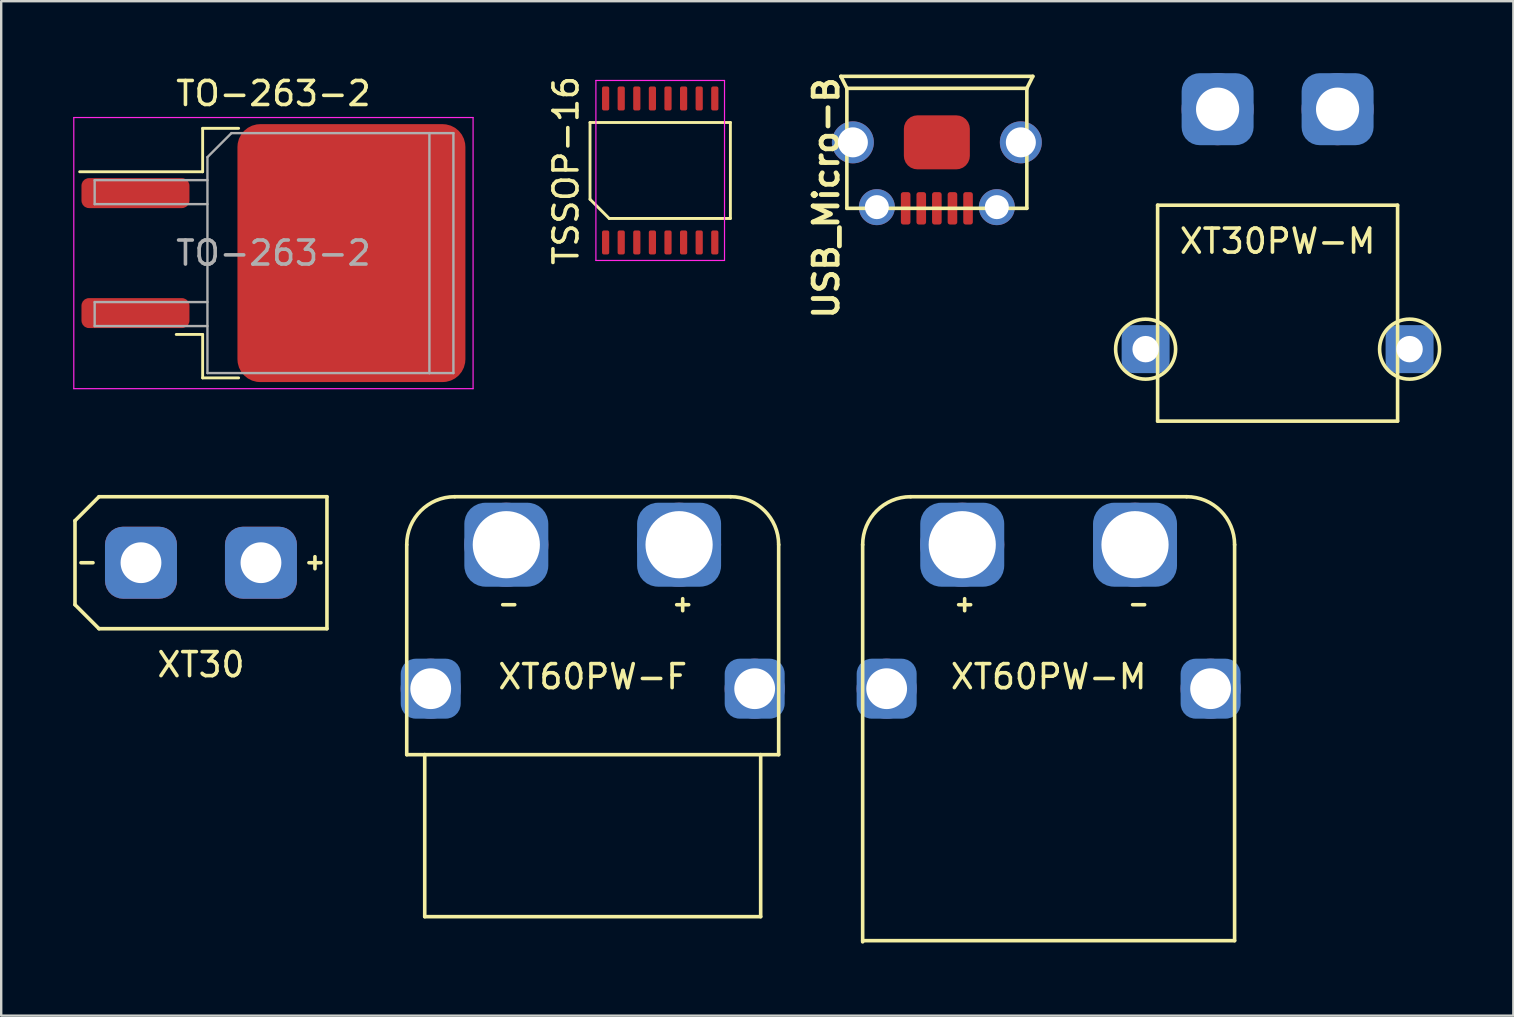
<source format=kicad_pcb>
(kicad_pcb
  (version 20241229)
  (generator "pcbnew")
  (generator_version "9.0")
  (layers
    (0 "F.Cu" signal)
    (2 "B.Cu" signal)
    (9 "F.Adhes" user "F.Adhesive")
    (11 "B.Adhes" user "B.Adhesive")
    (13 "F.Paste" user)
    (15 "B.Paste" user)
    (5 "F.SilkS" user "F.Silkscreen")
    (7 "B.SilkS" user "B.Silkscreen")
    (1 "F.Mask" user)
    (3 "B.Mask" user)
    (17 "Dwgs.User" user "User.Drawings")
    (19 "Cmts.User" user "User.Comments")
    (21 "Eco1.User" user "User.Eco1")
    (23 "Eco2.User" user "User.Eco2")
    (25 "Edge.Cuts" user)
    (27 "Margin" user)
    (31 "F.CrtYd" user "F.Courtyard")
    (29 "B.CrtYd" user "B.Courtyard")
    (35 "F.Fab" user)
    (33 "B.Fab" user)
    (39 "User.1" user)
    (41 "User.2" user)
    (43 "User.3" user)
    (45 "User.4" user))
  (footprint "TSSOP-16"
    (layer "F.Cu")
    (at 24.463 4.054)
    (property "Reference" "TSSOP-16" (at -3.925 0 90) (layer "F.SilkS") (effects (font (size 1 1) (thickness 0.15))))
    (attr smd)
    (fp_line (start -2.925 -2) (end 2.925 -2) (stroke (width 0.12) (type solid)) (layer "F.SilkS"))
    (fp_line (start -2.925 1.2) (end -2.925 -2) (stroke (width 0.12) (type solid)) (layer "F.SilkS"))
    (fp_line (start -2.125 2) (end -2.925 1.2) (stroke (width 0.12) (type solid)) (layer "F.SilkS"))
    (fp_line (start 2.925 -2) (end 2.925 2) (stroke (width 0.12) (type solid)) (layer "F.SilkS"))
    (fp_line (start 2.925 2) (end -2.125 2) (stroke (width 0.12) (type solid)) (layer "F.SilkS"))
    (fp_line (start -2.68 -3.75) (end 2.68 -3.75) (stroke (width 0.05) (type solid)) (layer "F.CrtYd"))
    (fp_line (start -2.68 3.75) (end -2.68 -3.75) (stroke (width 0.05) (type solid)) (layer "F.CrtYd"))
    (fp_line (start 2.68 -3.75) (end 2.68 3.75) (stroke (width 0.05) (type solid)) (layer "F.CrtYd"))
    (fp_line (start 2.68 3.75) (end -2.68 3.75) (stroke (width 0.05) (type solid)) (layer "F.CrtYd"))
    (pad "1" smd roundrect (at -2.275 3) (size 0.3 1) (layers "F.Cu" "F.Mask" "F.Paste") (roundrect_rratio 0.25))
    (pad "2" smd roundrect (at -1.625 3) (size 0.3 1) (layers "F.Cu" "F.Mask" "F.Paste") (roundrect_rratio 0.25))
    (pad "3" smd roundrect (at -0.975 3) (size 0.3 1) (layers "F.Cu" "F.Mask" "F.Paste") (roundrect_rratio 0.25))
    (pad "4" smd roundrect (at -0.325 3) (size 0.3 1) (layers "F.Cu" "F.Mask" "F.Paste") (roundrect_rratio 0.25))
    (pad "5" smd roundrect (at 0.325 3) (size 0.3 1) (layers "F.Cu" "F.Mask" "F.Paste") (roundrect_rratio 0.25))
    (pad "6" smd roundrect (at 0.975 3) (size 0.3 1) (layers "F.Cu" "F.Mask" "F.Paste") (roundrect_rratio 0.25))
    (pad "7" smd roundrect (at 1.625 3) (size 0.3 1) (layers "F.Cu" "F.Mask" "F.Paste") (roundrect_rratio 0.25))
    (pad "8" smd roundrect (at 2.275 3) (size 0.3 1) (layers "F.Cu" "F.Mask" "F.Paste") (roundrect_rratio 0.25))
    (pad "9" smd roundrect (at 2.275 -3) (size 0.3 1) (layers "F.Cu" "F.Mask" "F.Paste") (roundrect_rratio 0.25))
    (pad "10" smd roundrect (at 1.625 -3) (size 0.3 1) (layers "F.Cu" "F.Mask" "F.Paste") (roundrect_rratio 0.25))
    (pad "11" smd roundrect (at 0.975 -3) (size 0.3 1) (layers "F.Cu" "F.Mask" "F.Paste") (roundrect_rratio 0.25))
    (pad "12" smd roundrect (at 0.325 -3) (size 0.3 1) (layers "F.Cu" "F.Mask" "F.Paste") (roundrect_rratio 0.25))
    (pad "13" smd roundrect (at -0.325 -3) (size 0.3 1) (layers "F.Cu" "F.Mask" "F.Paste") (roundrect_rratio 0.25))
    (pad "14" smd roundrect (at -0.975 -3) (size 0.3 1) (layers "F.Cu" "F.Mask" "F.Paste") (roundrect_rratio 0.25))
    (pad "15" smd roundrect (at -1.625 -3) (size 0.3 1) (layers "F.Cu" "F.Mask" "F.Paste") (roundrect_rratio 0.25))
    (pad "16" smd roundrect (at -2.275 -3) (size 0.3 1) (layers "F.Cu" "F.Mask" "F.Paste") (roundrect_rratio 0.25)))
  (footprint "XT60PW-M"
    (layer "F.Cu")
    (at 40.65 19.65)
    (property "Reference" "XT60PW-M" (at 0 5.5 0) (layer "F.SilkS") (effects (font (size 1 1) (thickness 0.15))))
    (attr through_hole)
    (fp_line (start -7.75 0) (end -7.75 16.55) (stroke (width 0.15) (type solid)) (layer "F.SilkS"))
    (fp_line (start -5.75 -2) (end 5.75 -2) (stroke (width 0.15) (type solid)) (layer "F.SilkS"))
    (fp_line (start -3.75 2.5) (end -3.25 2.5) (stroke (width 0.15) (type solid)) (layer "F.SilkS"))
    (fp_line (start -3.5 2.25) (end -3.5 2.75) (stroke (width 0.15) (type solid)) (layer "F.SilkS"))
    (fp_line (start 3.5 2.5) (end 4 2.5) (stroke (width 0.15) (type solid)) (layer "F.SilkS"))
    (fp_line (start 7.75 0) (end 7.75 16.5) (stroke (width 0.15) (type solid)) (layer "F.SilkS"))
    (fp_line (start 7.75 16.5) (end -7.75 16.5) (stroke (width 0.15) (type solid)) (layer "F.SilkS"))
    (fp_arc (start -7.75 0) (mid -7.164214 -1.414214) (end -5.75 -2) (stroke (width 0.15) (type solid)) (layer "F.SilkS"))
    (fp_arc (start 5.75 -2) (mid 7.164214 -1.414214) (end 7.75 0) (stroke (width 0.15) (type solid)) (layer "F.SilkS"))
    (pad "" thru_hole circle (at -6.75 6 180) (size 2.5 2.5) (drill 1.7) (layers "*.Cu" "*.Mask"))
    (pad "" smd roundrect (at -6.75 6 180) (size 2.5 2.5) (layers "B.Cu" "B.Mask") (roundrect_rratio 0.25))
    (pad "" thru_hole circle (at 6.75 6 180) (size 2.5 2.5) (drill 1.7) (layers "*.Cu" "*.Mask"))
    (pad "" smd roundrect (at 6.75 6 180) (size 2.5 2.5) (layers "B.Cu" "B.Mask") (roundrect_rratio 0.25))
    (pad "1" thru_hole circle (at -3.6 0 180) (size 3.5 3.5) (drill 2.8) (layers "*.Cu" "*.Mask"))
    (pad "1" smd roundrect (at -3.6 0 180) (size 3.5 3.5) (layers "B.Cu" "B.Mask") (roundrect_rratio 0.25))
    (pad "2" thru_hole circle (at 3.6 0 180) (size 3.5 3.5) (drill 2.8) (layers "*.Cu" "*.Mask"))
    (pad "2" smd roundrect (at 3.6 0 180) (size 3.5 3.5) (layers "B.Cu" "B.Mask") (roundrect_rratio 0.25)))
  (footprint "XT60PW-F"
    (layer "F.Cu")
    (at 21.65 19.65)
    (property "Reference" "XT60PW-F" (at 0 5.5 0) (layer "F.SilkS") (effects (font (size 1 1) (thickness 0.15))))
    (attr through_hole)
    (fp_line (start -7.75 0) (end -7.75 8.75) (stroke (width 0.15) (type solid)) (layer "F.SilkS"))
    (fp_line (start -7.75 8.75) (end -7 8.75) (stroke (width 0.15) (type solid)) (layer "F.SilkS"))
    (fp_line (start -7 8.75) (end -7 15.5) (stroke (width 0.15) (type solid)) (layer "F.SilkS"))
    (fp_line (start -5.75 -2) (end 5.75 -2) (stroke (width 0.15) (type solid)) (layer "F.SilkS"))
    (fp_line (start -3.75 2.5) (end -3.25 2.5) (stroke (width 0.15) (type solid)) (layer "F.SilkS"))
    (fp_line (start 3.5 2.5) (end 4 2.5) (stroke (width 0.15) (type solid)) (layer "F.SilkS"))
    (fp_line (start 3.75 2.25) (end 3.75 2.75) (stroke (width 0.15) (type solid)) (layer "F.SilkS"))
    (fp_line (start 7 8.75) (end -7 8.75) (stroke (width 0.15) (type solid)) (layer "F.SilkS"))
    (fp_line (start 7 8.75) (end 7 15.5) (stroke (width 0.15) (type solid)) (layer "F.SilkS"))
    (fp_line (start 7 8.75) (end 7.75 8.75) (stroke (width 0.15) (type solid)) (layer "F.SilkS"))
    (fp_line (start 7 15.5) (end -7 15.5) (stroke (width 0.15) (type solid)) (layer "F.SilkS"))
    (fp_line (start 7.75 0) (end 7.75 8.75) (stroke (width 0.15) (type solid)) (layer "F.SilkS"))
    (fp_arc (start -7.75 0) (mid -7.164214 -1.414214) (end -5.75 -2) (stroke (width 0.15) (type solid)) (layer "F.SilkS"))
    (fp_arc (start 5.75 -2) (mid 7.164214 -1.414214) (end 7.75 0) (stroke (width 0.15) (type solid)) (layer "F.SilkS"))
    (pad "" thru_hole circle (at -6.75 6 180) (size 2.5 2.5) (drill 1.7) (layers "*.Cu" "*.Mask"))
    (pad "" smd roundrect (at -6.75 6 180) (size 2.5 2.5) (layers "B.Cu" "B.Mask") (roundrect_rratio 0.25))
    (pad "" thru_hole circle (at 6.75 6 180) (size 2.5 2.5) (drill 1.7) (layers "*.Cu" "*.Mask"))
    (pad "" smd roundrect (at 6.75 6 180) (size 2.5 2.5) (layers "B.Cu" "B.Mask") (roundrect_rratio 0.25))
    (pad "1" thru_hole circle (at -3.6 0 180) (size 3.5 3.5) (drill 2.8) (layers "*.Cu" "*.Mask"))
    (pad "1" smd roundrect (at -3.6 0 180) (size 3.5 3.5) (layers "B.Cu" "B.Mask") (roundrect_rratio 0.25))
    (pad "2" thru_hole circle (at 3.6 0 180) (size 3.5 3.5) (drill 2.8) (layers "*.Cu" "*.Mask"))
    (pad "2" smd roundrect (at 3.6 0 180) (size 3.5 3.5) (layers "B.Cu" "B.Mask") (roundrect_rratio 0.25)))
  (footprint "XT30"
    (layer "F.Cu")
    (at 5.325 20.4)
    (property "Reference" "XT30" (at 0 4.25 0) (layer "F.SilkS") (effects (font (size 1 1) (thickness 0.15))))
    (attr through_hole)
    (fp_line (start -5.25 -1.75) (end -5.25 1.75) (stroke (width 0.15) (type solid)) (layer "F.SilkS"))
    (fp_line (start -5.25 1.75) (end -4.25 2.75) (stroke (width 0.15) (type solid)) (layer "F.SilkS"))
    (fp_line (start -5 0) (end -4.5 0) (stroke (width 0.15) (type solid)) (layer "F.SilkS"))
    (fp_line (start -4.25 -2.75) (end -5.25 -1.75) (stroke (width 0.15) (type solid)) (layer "F.SilkS"))
    (fp_line (start -4.25 2.75) (end 5.25 2.75) (stroke (width 0.15) (type solid)) (layer "F.SilkS"))
    (fp_line (start 4.75 -0.25) (end 4.75 0.25) (stroke (width 0.15) (type solid)) (layer "F.SilkS"))
    (fp_line (start 5 0) (end 4.5 0) (stroke (width 0.15) (type solid)) (layer "F.SilkS"))
    (fp_line (start 5.25 -2.75) (end -4.25 -2.75) (stroke (width 0.15) (type solid)) (layer "F.SilkS"))
    (fp_line (start 5.25 -2.75) (end 5.25 2.75) (stroke (width 0.15) (type solid)) (layer "F.SilkS"))
    (pad "1" thru_hole circle (at -2.5 0) (size 2.5 2.5) (drill 1.7) (layers "*.Cu" "*.Mask"))
    (pad "1" smd roundrect (at -2.5 0) (size 3 3) (layers "F.Cu" "F.Mask") (roundrect_rratio 0.25))
    (pad "1" smd roundrect (at -2.5 0) (size 3 3) (layers "B.Cu" "B.Mask") (roundrect_rratio 0.25))
    (pad "2" thru_hole circle (at 2.5 0) (size 2.5 2.5) (drill 1.7) (layers "*.Cu" "*.Mask"))
    (pad "2" smd roundrect (at 2.5 0) (size 3 3) (layers "F.Cu" "F.Mask") (roundrect_rratio 0.25))
    (pad "2" smd roundrect (at 2.5 0) (size 3 3) (layers "B.Cu" "B.Mask") (roundrect_rratio 0.25)))
  (footprint "TO-263-2"
    (layer "F.Cu")
    (at 8.345 7.498)
    (property "Reference" "TO-263-2" (at 0 -6.65 0) (layer "F.SilkS") (effects (font (size 1 1) (thickness 0.15))))
    (attr smd)
    (fp_line (start -2.95 -5.2) (end -2.95 -3.39) (stroke (width 0.12) (type solid)) (layer "F.SilkS"))
    (fp_line (start -2.95 -3.39) (end -8.075 -3.39) (stroke (width 0.12) (type solid)) (layer "F.SilkS"))
    (fp_line (start -2.95 3.39) (end -4.05 3.39) (stroke (width 0.12) (type solid)) (layer "F.SilkS"))
    (fp_line (start -2.95 5.2) (end -2.95 3.39) (stroke (width 0.12) (type solid)) (layer "F.SilkS"))
    (fp_line (start -1.45 -5.2) (end -2.95 -5.2) (stroke (width 0.12) (type solid)) (layer "F.SilkS"))
    (fp_line (start -1.45 5.2) (end -2.95 5.2) (stroke (width 0.12) (type solid)) (layer "F.SilkS"))
    (fp_line (start -8.32 -5.65) (end -8.32 5.65) (stroke (width 0.05) (type solid)) (layer "F.CrtYd"))
    (fp_line (start -8.32 5.65) (end 8.32 5.65) (stroke (width 0.05) (type solid)) (layer "F.CrtYd"))
    (fp_line (start 8.32 -5.65) (end -8.32 -5.65) (stroke (width 0.05) (type solid)) (layer "F.CrtYd"))
    (fp_line (start 8.32 5.65) (end 8.32 -5.65) (stroke (width 0.05) (type solid)) (layer "F.CrtYd"))
    (fp_line (start -7.45 -3.04) (end -7.45 -2.04) (stroke (width 0.1) (type solid)) (layer "F.Fab"))
    (fp_line (start -7.45 -2.04) (end -2.75 -2.04) (stroke (width 0.1) (type solid)) (layer "F.Fab"))
    (fp_line (start -7.45 2.04) (end -7.45 3.04) (stroke (width 0.1) (type solid)) (layer "F.Fab"))
    (fp_line (start -7.45 3.04) (end -2.75 3.04) (stroke (width 0.1) (type solid)) (layer "F.Fab"))
    (fp_line (start -2.75 -4) (end -1.75 -5) (stroke (width 0.1) (type solid)) (layer "F.Fab"))
    (fp_line (start -2.75 -3.04) (end -7.45 -3.04) (stroke (width 0.1) (type solid)) (layer "F.Fab"))
    (fp_line (start -2.75 2.04) (end -7.45 2.04) (stroke (width 0.1) (type solid)) (layer "F.Fab"))
    (fp_line (start -2.75 5) (end -2.75 -4) (stroke (width 0.1) (type solid)) (layer "F.Fab"))
    (fp_line (start -1.75 -5) (end 6.5 -5) (stroke (width 0.1) (type solid)) (layer "F.Fab"))
    (fp_line (start 6.5 -5) (end 6.5 5) (stroke (width 0.1) (type solid)) (layer "F.Fab"))
    (fp_line (start 6.5 -5) (end 7.5 -5) (stroke (width 0.1) (type solid)) (layer "F.Fab"))
    (fp_line (start 6.5 5) (end -2.75 5) (stroke (width 0.1) (type solid)) (layer "F.Fab"))
    (fp_line (start 7.5 -5) (end 7.5 5) (stroke (width 0.1) (type solid)) (layer "F.Fab"))
    (fp_line (start 7.5 5) (end 6.5 5) (stroke (width 0.1) (type solid)) (layer "F.Fab"))
    (fp_text user "${REFERENCE}" (at 0 0 0) (layer "F.Fab") (effects (font (size 1 1) (thickness 0.15))))
    (pad "1" smd roundrect (at -5.75 -2.5) (size 4.5 1.25) (layers "F.Cu" "F.Mask" "F.Paste") (roundrect_rratio 0.25))
    (pad "2" smd roundrect (at 3.25 0) (size 9.5 10.75) (layers "F.Cu" "F.Mask" "F.Paste") (roundrect_rratio 0.1))
    (pad "3" smd roundrect (at -5.75 2.5) (size 4.5 1.25) (layers "F.Cu" "F.Mask" "F.Paste") (roundrect_rratio 0.25)))
  (footprint "USB_Micro-B"
    (layer "F.Cu")
    (at 35.992 2.882)
    (property "Reference" "USB_Micro-B" (at -4.608 2.318 270) (layer "F.SilkS") (effects (font (size 1 1) (thickness 0.2))))
    (attr smd)
    (fp_line (start -4 -2.75) (end -3.75 -2.25) (stroke (width 0.15) (type solid)) (layer "F.SilkS"))
    (fp_line (start -3.75 -2.25) (end -3.75 2.75) (stroke (width 0.15) (type solid)) (layer "F.SilkS"))
    (fp_line (start -3.75 -2.25) (end 3.75 -2.25) (stroke (width 0.15) (type solid)) (layer "F.SilkS"))
    (fp_line (start 3.75 -2.25) (end 4 -2.75) (stroke (width 0.15) (type solid)) (layer "F.SilkS"))
    (fp_line (start 3.75 2.75) (end -3.75 2.75) (stroke (width 0.15) (type solid)) (layer "F.SilkS"))
    (fp_line (start 3.75 2.75) (end 3.75 -2.25) (stroke (width 0.15) (type solid)) (layer "F.SilkS"))
    (fp_line (start 4 -2.75) (end -4 -2.75) (stroke (width 0.15) (type solid)) (layer "F.SilkS"))
    (pad "1" smd roundrect (at 1.3 2.75 270) (size 1.35 0.4) (layers "F.Cu" "F.Mask" "F.Paste") (roundrect_rratio 0.25))
    (pad "2" smd roundrect (at 0.65 2.75 270) (size 1.35 0.4) (layers "F.Cu" "F.Mask" "F.Paste") (roundrect_rratio 0.25))
    (pad "3" smd roundrect (at 0 2.75 270) (size 1.35 0.4) (layers "F.Cu" "F.Mask" "F.Paste") (roundrect_rratio 0.25))
    (pad "4" smd roundrect (at -0.65 2.75 270) (size 1.35 0.4) (layers "F.Cu" "F.Mask" "F.Paste") (roundrect_rratio 0.25))
    (pad "5" smd roundrect (at -1.3 2.75 270) (size 1.35 0.4) (layers "F.Cu" "F.Mask" "F.Paste") (roundrect_rratio 0.25))
    (pad "6" thru_hole circle (at -3.5 0 270) (size 1.75 1.75) (drill 1.25) (layers "*.Cu" "*.Mask" "F.Paste"))
    (pad "6" thru_hole circle (at -2.5 2.7 270) (size 1.5 1.5) (drill 1) (layers "*.Cu" "*.Mask" "F.Paste"))
    (pad "6" smd roundrect (at 0 0) (size 2.75 2.25) (layers "F.Cu" "F.Mask" "F.Paste") (roundrect_rratio 0.25))
    (pad "6" thru_hole circle (at 2.5 2.7 270) (size 1.5 1.5) (drill 1) (layers "*.Cu" "*.Mask" "F.Paste"))
    (pad "6" thru_hole circle (at 3.5 0 270) (size 1.75 1.75) (drill 1.25) (layers "*.Cu" "*.Mask" "F.Paste")))
  (footprint "XT30PW-M"
    (layer "F.Cu")
    (at 50.192 1.5)
    (property "Reference" "XT30PW-M" (at 0 5.5 0) (layer "F.SilkS") (effects (font (size 1 1) (thickness 0.15))))
    (attr through_hole)
    (fp_line (start -5 4) (end -5 13) (stroke (width 0.15) (type solid)) (layer "F.SilkS"))
    (fp_line (start -5 4) (end 5 4) (stroke (width 0.15) (type solid)) (layer "F.SilkS"))
    (fp_line (start 5 4) (end 5 13) (stroke (width 0.15) (type solid)) (layer "F.SilkS"))
    (fp_line (start 5 13) (end -5 13) (stroke (width 0.15) (type solid)) (layer "F.SilkS"))
    (fp_circle (center -5.5 10) (end -6.75 10) (stroke (width 0.15) (type solid)) (fill no) (layer "F.SilkS"))
    (fp_circle (center 5.5 10) (end 4.25 10) (stroke (width 0.15) (type solid)) (fill no) (layer "F.SilkS"))
    (pad "" thru_hole circle (at -5.5 10 180) (size 1.5 1.5) (drill 1.1) (layers "*.Cu" "*.Mask"))
    (pad "" smd roundrect (at -5.5 10 180) (size 2 2) (layers "B.Cu" "B.Mask") (roundrect_rratio 0.25))
    (pad "" thru_hole circle (at 5.5 10 180) (size 1.5 1.5) (drill 1.1) (layers "*.Cu" "*.Mask"))
    (pad "" smd roundrect (at 5.5 10 180) (size 2 2) (layers "B.Cu" "B.Mask") (roundrect_rratio 0.25))
    (pad "1" thru_hole circle (at -2.5 0 180) (size 3 3) (drill 1.8) (layers "*.Cu" "*.Mask"))
    (pad "1" smd roundrect (at -2.5 0 180) (size 3 3) (layers "B.Cu" "B.Mask") (roundrect_rratio 0.25))
    (pad "2" thru_hole circle (at 2.5 0 180) (size 3 3) (drill 1.8) (layers "*.Cu" "*.Mask"))
    (pad "2" smd roundrect (at 2.5 0 180) (size 3 3) (layers "B.Cu" "B.Mask") (roundrect_rratio 0.25)))
  (gr_rect
    (start -3 -3)
    (end 60.017 39.275)
    (stroke (width 0.1) (type default))
    (fill no)
    (layer "Edge.Cuts")))
</source>
